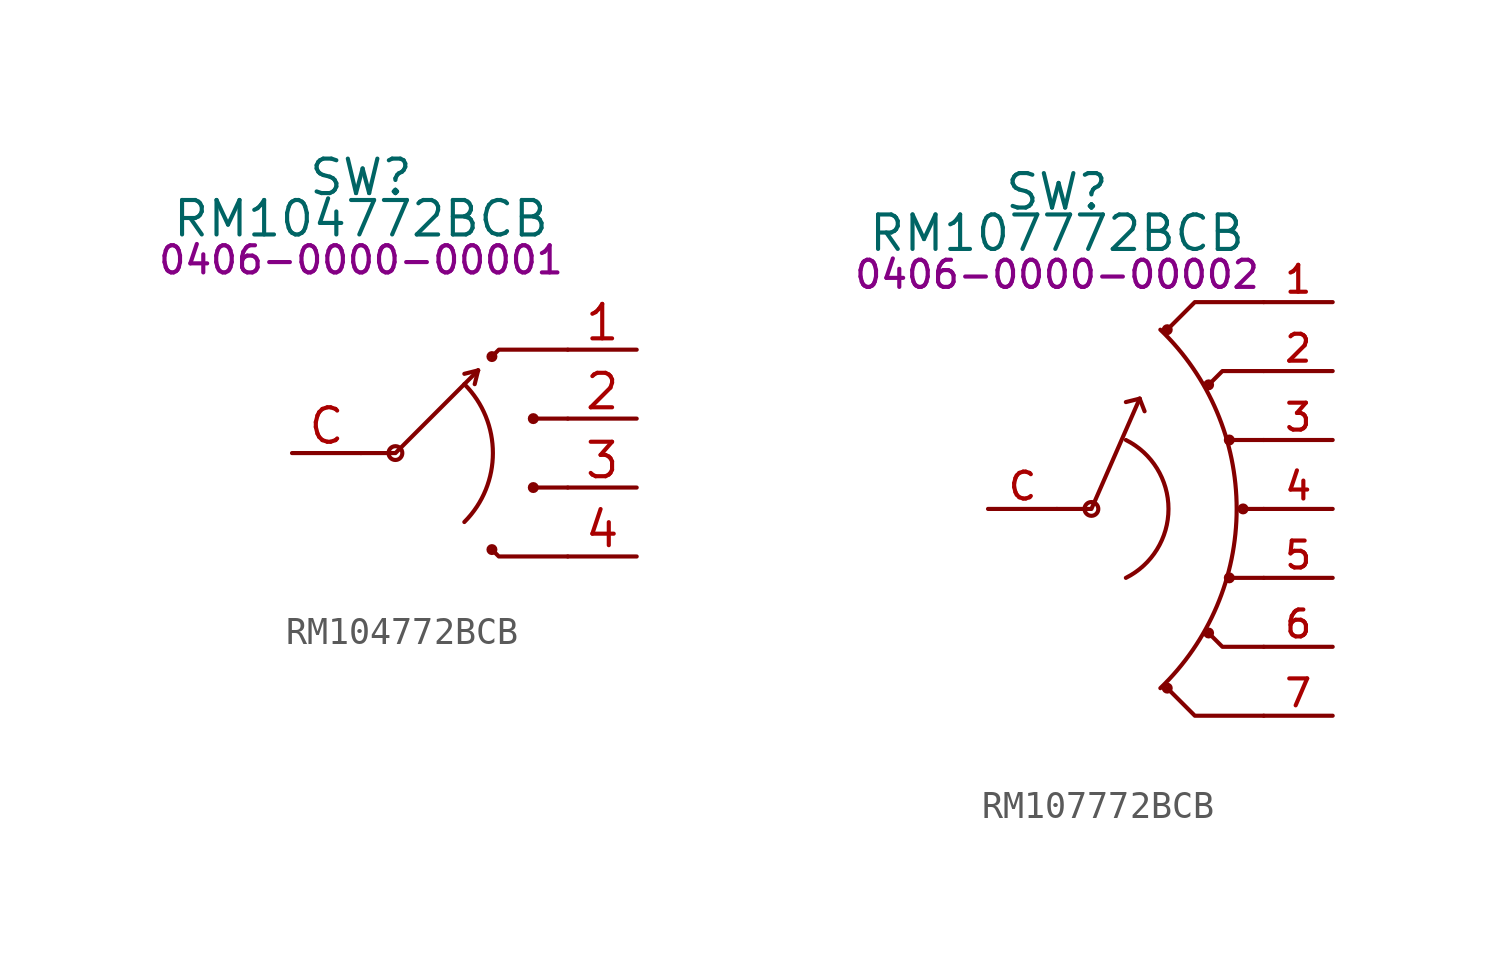
<source format=kicad_sym>
(kicad_symbol_lib
  (version 20231120)
  (generator "kicad_symbol_editor")
  (generator_version "8.0")
  (symbol "RM104772BCB"
    (pin_names hide)
    (property "Reference" "SW"
      (at 0 10.16 0)
      (effects (font (size 1.27 1.27))))
    (property "Value" "RM104772BCB"
      (at 0 8.636 0)
      (effects (font (size 1.27 1.27))))
    (property "PartNumber" "0406-0000-00001"
      (at 0 7.112 0)
      (effects (font (size 1 1))))
    (symbol "RM104772BCB_0_1"
      (polyline (pts (xy 4.318 3.048) (xy 3.81 2.921)) (stroke (width 0) (type default)) (fill (type none)))
      (polyline (pts (xy 4.318 3.048) (xy 4.191 2.54)) (stroke (width 0) (type default)) (fill (type none)))
      (polyline (pts (xy 7.62 -1.27) (xy 6.35 -1.27)) (stroke (width 0) (type default)) (fill (type none)))
      (polyline (pts (xy 7.62 1.27) (xy 6.35 1.27)) (stroke (width 0) (type default)) (fill (type none)))
      (polyline (pts (xy 0 0) (xy 1.27 0) (xy 4.318 3.048)) (stroke (width 0) (type default)) (fill (type none)))
      (polyline (pts (xy 4.826 -3.556) (xy 5.08 -3.81) (xy 7.62 -3.81)) (stroke (width 0) (type default)) (fill (type none)))
      (polyline (pts (xy 4.826 3.556) (xy 5.08 3.81) (xy 7.62 3.81)) (stroke (width 0) (type default)) (fill (type none)))
      (circle (center 1.27 0) (radius 0.254) (stroke (width 0) (type default)) (fill (type none)))
      (arc (start 3.81 -2.54) (mid 4.8621 0) (end 3.81 2.54) (stroke (width 0) (type default)) (fill (type none)))
      (circle (center 4.826 -3.556) (radius 0.127) (stroke (width 0) (type default)) (fill (type none)))
      (circle (center 4.826 3.556) (radius 0.127) (stroke (width 0) (type default)) (fill (type none)))
      (circle (center 6.35 -1.27) (radius 0.127) (stroke (width 0) (type default)) (fill (type none)))
      (circle (center 6.35 1.27) (radius 0.127) (stroke (width 0) (type default)) (fill (type none))))
    (symbol "RM104772BCB_1_0"
      (pin passive line (at 10.16 3.81 180) (length 2.54) (name "1" (effects (font (size 1.27 1.27)))) (number "1" (effects (font (size 1.27 1.27)))))
      (pin passive line (at 10.16 1.27 180) (length 2.54) (name "2" (effects (font (size 1.27 1.27)))) (number "2" (effects (font (size 1.27 1.27)))))
      (pin passive line (at 10.16 -1.27 180) (length 2.54) (name "3" (effects (font (size 1.27 1.27)))) (number "3" (effects (font (size 1.27 1.27)))))
      (pin passive line (at 10.16 -3.81 180) (length 2.54) (name "4" (effects (font (size 1.27 1.27)))) (number "4" (effects (font (size 1.27 1.27)))))
      (pin passive line (at -2.54 0 0) (length 2.54) (name "C" (effects (font (size 1.27 1.27)))) (number "C" (effects (font (size 1.27 1.27)))))))
  (symbol "RM107772BCB"
    (pin_names hide)
    (property "Reference" "SW"
      (at 0 11.684 0)
      (effects (font (size 1.27 1.27))))
    (property "Value" "RM107772BCB"
      (at 0 10.16 0)
      (effects (font (size 1.27 1.27))))
    (property "PartNumber" "0406-0000-00002"
      (at 0 8.636 0)
      (effects (font (size 1 1))))
    (symbol "RM107772BCB_0_0"
      (pin passive line (at 10.16 7.62 180) (length 2.54) (name "1" (effects (font (size 1.27 1.27)))) (number "1" (effects (font (size 0.991 0.991)))))
      (pin passive line (at 10.16 5.08 180) (length 2.54) (name "2" (effects (font (size 1.27 1.27)))) (number "2" (effects (font (size 0.991 0.991)))))
      (pin passive line (at 10.16 2.54 180) (length 2.54) (name "3" (effects (font (size 1.27 1.27)))) (number "3" (effects (font (size 0.991 0.991)))))
      (pin passive line (at 10.16 0 180) (length 2.54) (name "4" (effects (font (size 1.27 1.27)))) (number "4" (effects (font (size 0.991 0.991)))))
      (pin passive line (at 10.16 -2.54 180) (length 2.54) (name "5" (effects (font (size 1.27 1.27)))) (number "5" (effects (font (size 0.991 0.991)))))
      (pin passive line (at 10.16 -5.08 180) (length 2.54) (name "6" (effects (font (size 1.27 1.27)))) (number "6" (effects (font (size 0.991 0.991)))))
      (pin passive line (at 10.16 -7.62 180) (length 2.54) (name "7" (effects (font (size 1.27 1.27)))) (number "7" (effects (font (size 0.991 0.991))))))
    (symbol "RM107772BCB_0_1"
      (polyline (pts (xy 3.048 4.064) (xy 2.54 3.937)) (stroke (width 0) (type default)) (fill (type none)))
      (polyline (pts (xy 3.048 4.064) (xy 3.229 3.598)) (stroke (width 0) (type default)) (fill (type none)))
      (polyline (pts (xy 7.62 -2.54) (xy 6.35 -2.54)) (stroke (width 0) (type default)) (fill (type none)))
      (polyline (pts (xy 7.62 0) (xy 6.858 0)) (stroke (width 0) (type default)) (fill (type none)))
      (polyline (pts (xy 7.62 2.54) (xy 6.35 2.54)) (stroke (width 0) (type default)) (fill (type none)))
      (polyline (pts (xy 0 0) (xy 1.27 0) (xy 3.048 4.064)) (stroke (width 0) (type default)) (fill (type none)))
      (polyline (pts (xy 4.064 -6.604) (xy 5.08 -7.62) (xy 7.62 -7.62)) (stroke (width 0) (type default)) (fill (type none)))
      (polyline (pts (xy 4.064 6.604) (xy 5.08 7.62) (xy 7.62 7.62)) (stroke (width 0) (type default)) (fill (type none)))
      (polyline (pts (xy 5.588 -4.572) (xy 6.096 -5.08) (xy 7.62 -5.08)) (stroke (width 0) (type default)) (fill (type none)))
      (polyline (pts (xy 5.588 4.572) (xy 6.096 5.08) (xy 7.62 5.08)) (stroke (width 0) (type default)) (fill (type none)))
      (circle (center 1.27 0) (radius 0.254) (stroke (width 0) (type default)) (fill (type none)))
      (arc (start 2.54 -2.54) (mid 4.1098 0) (end 2.54 2.54) (stroke (width 0) (type default)) (fill (type none)))
      (arc (start 3.81 -6.604) (mid 6.6216 0) (end 3.81 6.604) (stroke (width 0) (type default)) (fill (type none)))
      (circle (center 4.064 -6.604) (radius 0.127) (stroke (width 0) (type default)) (fill (type none)))
      (circle (center 4.064 6.604) (radius 0.127) (stroke (width 0) (type default)) (fill (type none)))
      (circle (center 5.588 -4.572) (radius 0.127) (stroke (width 0) (type default)) (fill (type none)))
      (circle (center 5.588 4.572) (radius 0.127) (stroke (width 0) (type default)) (fill (type none)))
      (circle (center 6.35 -2.54) (radius 0.127) (stroke (width 0) (type default)) (fill (type none)))
      (circle (center 6.35 2.54) (radius 0.127) (stroke (width 0) (type default)) (fill (type none)))
      (circle (center 6.858 0) (radius 0.127) (stroke (width 0) (type default)) (fill (type none))))
    (symbol "RM107772BCB_1_0"
      (pin passive line (at -2.54 0 0) (length 2.54) (name "C" (effects (font (size 1.27 1.27)))) (number "C" (effects (font (size 0.991 0.991))))))))
</source>
